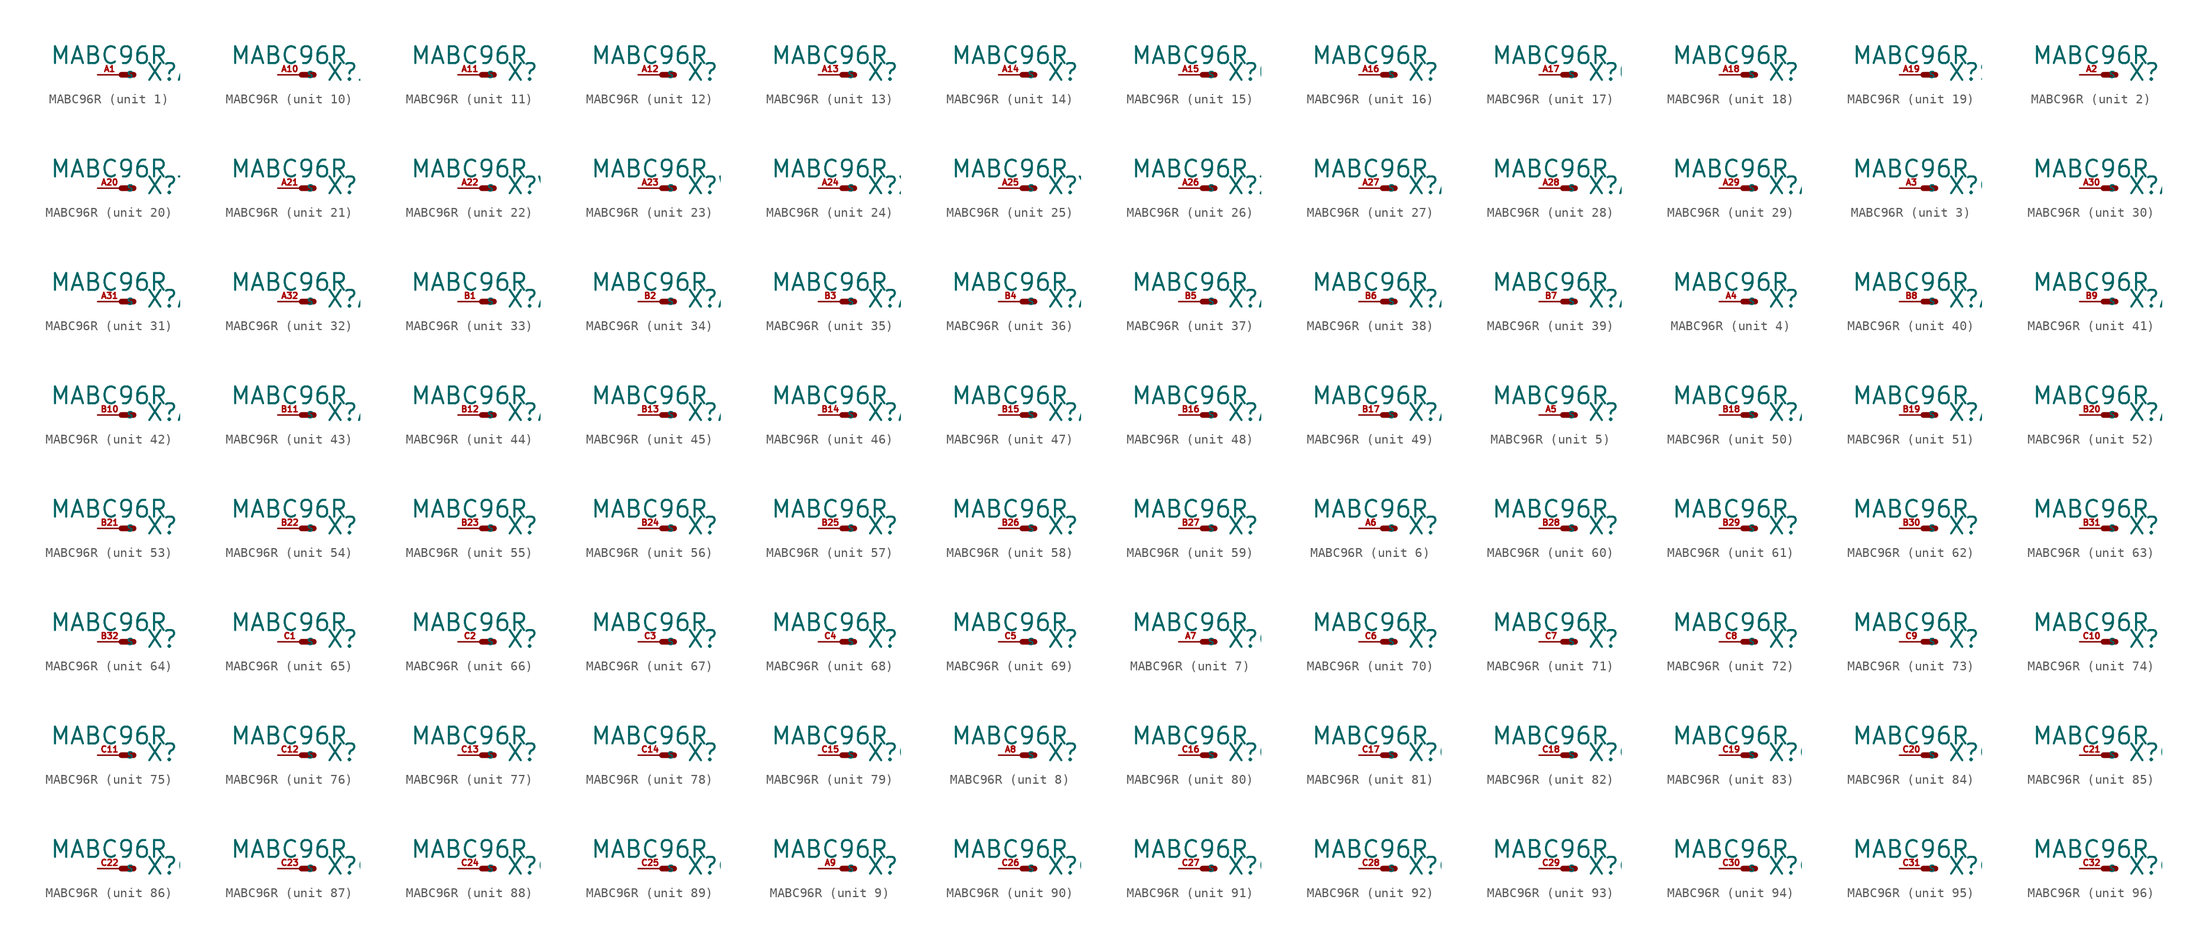
<source format=kicad_sym>
(kicad_symbol_lib
  (version 20220914)
  (generator Eagle2Kicad)
  (symbol "MABC96R"
    (property "Reference" "X"
      (at 2.54 -0.762 0)
      (effects (font (size 1.778 1.778) (thickness 0.22)) (justify left bottom)))
    (property "Value" "MABC96R"
      (at -7.62 1.016 0)
      (effects (font (size 1.778 1.778) (thickness 0.22)) (justify left bottom)))
    (symbol "MABC96R_1_0"
      (polyline (pts (xy 0 0) (xy 1.27 0)) (stroke (width 0.61) (type default)) (fill (type none)))
      (pin passive line (at -2.54 0 0) (length 2.54) (name "S" (effects (font (size 0.635 0.635) (thickness 0.08)) (justify left bottom))) (number "A1" (effects (font (size 0.635 0.635) (thickness 0.08)) (justify left bottom)))))
    (symbol "MABC96R_2_0"
      (polyline (pts (xy 0 0) (xy 1.27 0)) (stroke (width 0.61) (type default)) (fill (type none)))
      (pin passive line (at -2.54 0 0) (length 2.54) (name "S" (effects (font (size 0.635 0.635) (thickness 0.08)) (justify left bottom))) (number "A2" (effects (font (size 0.635 0.635) (thickness 0.08)) (justify left bottom)))))
    (symbol "MABC96R_3_0"
      (polyline (pts (xy 0 0) (xy 1.27 0)) (stroke (width 0.61) (type default)) (fill (type none)))
      (pin passive line (at -2.54 0 0) (length 2.54) (name "S" (effects (font (size 0.635 0.635) (thickness 0.08)) (justify left bottom))) (number "A3" (effects (font (size 0.635 0.635) (thickness 0.08)) (justify left bottom)))))
    (symbol "MABC96R_4_0"
      (polyline (pts (xy 0 0) (xy 1.27 0)) (stroke (width 0.61) (type default)) (fill (type none)))
      (pin passive line (at -2.54 0 0) (length 2.54) (name "S" (effects (font (size 0.635 0.635) (thickness 0.08)) (justify left bottom))) (number "A4" (effects (font (size 0.635 0.635) (thickness 0.08)) (justify left bottom)))))
    (symbol "MABC96R_5_0"
      (polyline (pts (xy 0 0) (xy 1.27 0)) (stroke (width 0.61) (type default)) (fill (type none)))
      (pin passive line (at -2.54 0 0) (length 2.54) (name "S" (effects (font (size 0.635 0.635) (thickness 0.08)) (justify left bottom))) (number "A5" (effects (font (size 0.635 0.635) (thickness 0.08)) (justify left bottom)))))
    (symbol "MABC96R_6_0"
      (polyline (pts (xy 0 0) (xy 1.27 0)) (stroke (width 0.61) (type default)) (fill (type none)))
      (pin passive line (at -2.54 0 0) (length 2.54) (name "S" (effects (font (size 0.635 0.635) (thickness 0.08)) (justify left bottom))) (number "A6" (effects (font (size 0.635 0.635) (thickness 0.08)) (justify left bottom)))))
    (symbol "MABC96R_7_0"
      (polyline (pts (xy 0 0) (xy 1.27 0)) (stroke (width 0.61) (type default)) (fill (type none)))
      (pin passive line (at -2.54 0 0) (length 2.54) (name "S" (effects (font (size 0.635 0.635) (thickness 0.08)) (justify left bottom))) (number "A7" (effects (font (size 0.635 0.635) (thickness 0.08)) (justify left bottom)))))
    (symbol "MABC96R_8_0"
      (polyline (pts (xy 0 0) (xy 1.27 0)) (stroke (width 0.61) (type default)) (fill (type none)))
      (pin passive line (at -2.54 0 0) (length 2.54) (name "S" (effects (font (size 0.635 0.635) (thickness 0.08)) (justify left bottom))) (number "A8" (effects (font (size 0.635 0.635) (thickness 0.08)) (justify left bottom)))))
    (symbol "MABC96R_9_0"
      (polyline (pts (xy 0 0) (xy 1.27 0)) (stroke (width 0.61) (type default)) (fill (type none)))
      (pin passive line (at -2.54 0 0) (length 2.54) (name "S" (effects (font (size 0.635 0.635) (thickness 0.08)) (justify left bottom))) (number "A9" (effects (font (size 0.635 0.635) (thickness 0.08)) (justify left bottom)))))
    (symbol "MABC96R_10_0"
      (polyline (pts (xy 0 0) (xy 1.27 0)) (stroke (width 0.61) (type default)) (fill (type none)))
      (pin passive line (at -2.54 0 0) (length 2.54) (name "S" (effects (font (size 0.635 0.635) (thickness 0.08)) (justify left bottom))) (number "A10" (effects (font (size 0.635 0.635) (thickness 0.08)) (justify left bottom)))))
    (symbol "MABC96R_11_0"
      (polyline (pts (xy 0 0) (xy 1.27 0)) (stroke (width 0.61) (type default)) (fill (type none)))
      (pin passive line (at -2.54 0 0) (length 2.54) (name "S" (effects (font (size 0.635 0.635) (thickness 0.08)) (justify left bottom))) (number "A11" (effects (font (size 0.635 0.635) (thickness 0.08)) (justify left bottom)))))
    (symbol "MABC96R_12_0"
      (polyline (pts (xy 0 0) (xy 1.27 0)) (stroke (width 0.61) (type default)) (fill (type none)))
      (pin passive line (at -2.54 0 0) (length 2.54) (name "S" (effects (font (size 0.635 0.635) (thickness 0.08)) (justify left bottom))) (number "A12" (effects (font (size 0.635 0.635) (thickness 0.08)) (justify left bottom)))))
    (symbol "MABC96R_13_0"
      (polyline (pts (xy 0 0) (xy 1.27 0)) (stroke (width 0.61) (type default)) (fill (type none)))
      (pin passive line (at -2.54 0 0) (length 2.54) (name "S" (effects (font (size 0.635 0.635) (thickness 0.08)) (justify left bottom))) (number "A13" (effects (font (size 0.635 0.635) (thickness 0.08)) (justify left bottom)))))
    (symbol "MABC96R_14_0"
      (polyline (pts (xy 0 0) (xy 1.27 0)) (stroke (width 0.61) (type default)) (fill (type none)))
      (pin passive line (at -2.54 0 0) (length 2.54) (name "S" (effects (font (size 0.635 0.635) (thickness 0.08)) (justify left bottom))) (number "A14" (effects (font (size 0.635 0.635) (thickness 0.08)) (justify left bottom)))))
    (symbol "MABC96R_15_0"
      (polyline (pts (xy 0 0) (xy 1.27 0)) (stroke (width 0.61) (type default)) (fill (type none)))
      (pin passive line (at -2.54 0 0) (length 2.54) (name "S" (effects (font (size 0.635 0.635) (thickness 0.08)) (justify left bottom))) (number "A15" (effects (font (size 0.635 0.635) (thickness 0.08)) (justify left bottom)))))
    (symbol "MABC96R_16_0"
      (polyline (pts (xy 0 0) (xy 1.27 0)) (stroke (width 0.61) (type default)) (fill (type none)))
      (pin passive line (at -2.54 0 0) (length 2.54) (name "S" (effects (font (size 0.635 0.635) (thickness 0.08)) (justify left bottom))) (number "A16" (effects (font (size 0.635 0.635) (thickness 0.08)) (justify left bottom)))))
    (symbol "MABC96R_17_0"
      (polyline (pts (xy 0 0) (xy 1.27 0)) (stroke (width 0.61) (type default)) (fill (type none)))
      (pin passive line (at -2.54 0 0) (length 2.54) (name "S" (effects (font (size 0.635 0.635) (thickness 0.08)) (justify left bottom))) (number "A17" (effects (font (size 0.635 0.635) (thickness 0.08)) (justify left bottom)))))
    (symbol "MABC96R_18_0"
      (polyline (pts (xy 0 0) (xy 1.27 0)) (stroke (width 0.61) (type default)) (fill (type none)))
      (pin passive line (at -2.54 0 0) (length 2.54) (name "S" (effects (font (size 0.635 0.635) (thickness 0.08)) (justify left bottom))) (number "A18" (effects (font (size 0.635 0.635) (thickness 0.08)) (justify left bottom)))))
    (symbol "MABC96R_19_0"
      (polyline (pts (xy 0 0) (xy 1.27 0)) (stroke (width 0.61) (type default)) (fill (type none)))
      (pin passive line (at -2.54 0 0) (length 2.54) (name "S" (effects (font (size 0.635 0.635) (thickness 0.08)) (justify left bottom))) (number "A19" (effects (font (size 0.635 0.635) (thickness 0.08)) (justify left bottom)))))
    (symbol "MABC96R_20_0"
      (polyline (pts (xy 0 0) (xy 1.27 0)) (stroke (width 0.61) (type default)) (fill (type none)))
      (pin passive line (at -2.54 0 0) (length 2.54) (name "S" (effects (font (size 0.635 0.635) (thickness 0.08)) (justify left bottom))) (number "A20" (effects (font (size 0.635 0.635) (thickness 0.08)) (justify left bottom)))))
    (symbol "MABC96R_21_0"
      (polyline (pts (xy 0 0) (xy 1.27 0)) (stroke (width 0.61) (type default)) (fill (type none)))
      (pin passive line (at -2.54 0 0) (length 2.54) (name "S" (effects (font (size 0.635 0.635) (thickness 0.08)) (justify left bottom))) (number "A21" (effects (font (size 0.635 0.635) (thickness 0.08)) (justify left bottom)))))
    (symbol "MABC96R_22_0"
      (polyline (pts (xy 0 0) (xy 1.27 0)) (stroke (width 0.61) (type default)) (fill (type none)))
      (pin passive line (at -2.54 0 0) (length 2.54) (name "S" (effects (font (size 0.635 0.635) (thickness 0.08)) (justify left bottom))) (number "A22" (effects (font (size 0.635 0.635) (thickness 0.08)) (justify left bottom)))))
    (symbol "MABC96R_23_0"
      (polyline (pts (xy 0 0) (xy 1.27 0)) (stroke (width 0.61) (type default)) (fill (type none)))
      (pin passive line (at -2.54 0 0) (length 2.54) (name "S" (effects (font (size 0.635 0.635) (thickness 0.08)) (justify left bottom))) (number "A23" (effects (font (size 0.635 0.635) (thickness 0.08)) (justify left bottom)))))
    (symbol "MABC96R_24_0"
      (polyline (pts (xy 0 0) (xy 1.27 0)) (stroke (width 0.61) (type default)) (fill (type none)))
      (pin passive line (at -2.54 0 0) (length 2.54) (name "S" (effects (font (size 0.635 0.635) (thickness 0.08)) (justify left bottom))) (number "A24" (effects (font (size 0.635 0.635) (thickness 0.08)) (justify left bottom)))))
    (symbol "MABC96R_25_0"
      (polyline (pts (xy 0 0) (xy 1.27 0)) (stroke (width 0.61) (type default)) (fill (type none)))
      (pin passive line (at -2.54 0 0) (length 2.54) (name "S" (effects (font (size 0.635 0.635) (thickness 0.08)) (justify left bottom))) (number "A25" (effects (font (size 0.635 0.635) (thickness 0.08)) (justify left bottom)))))
    (symbol "MABC96R_26_0"
      (polyline (pts (xy 0 0) (xy 1.27 0)) (stroke (width 0.61) (type default)) (fill (type none)))
      (pin passive line (at -2.54 0 0) (length 2.54) (name "S" (effects (font (size 0.635 0.635) (thickness 0.08)) (justify left bottom))) (number "A26" (effects (font (size 0.635 0.635) (thickness 0.08)) (justify left bottom)))))
    (symbol "MABC96R_27_0"
      (polyline (pts (xy 0 0) (xy 1.27 0)) (stroke (width 0.61) (type default)) (fill (type none)))
      (pin passive line (at -2.54 0 0) (length 2.54) (name "S" (effects (font (size 0.635 0.635) (thickness 0.08)) (justify left bottom))) (number "A27" (effects (font (size 0.635 0.635) (thickness 0.08)) (justify left bottom)))))
    (symbol "MABC96R_28_0"
      (polyline (pts (xy 0 0) (xy 1.27 0)) (stroke (width 0.61) (type default)) (fill (type none)))
      (pin passive line (at -2.54 0 0) (length 2.54) (name "S" (effects (font (size 0.635 0.635) (thickness 0.08)) (justify left bottom))) (number "A28" (effects (font (size 0.635 0.635) (thickness 0.08)) (justify left bottom)))))
    (symbol "MABC96R_29_0"
      (polyline (pts (xy 0 0) (xy 1.27 0)) (stroke (width 0.61) (type default)) (fill (type none)))
      (pin passive line (at -2.54 0 0) (length 2.54) (name "S" (effects (font (size 0.635 0.635) (thickness 0.08)) (justify left bottom))) (number "A29" (effects (font (size 0.635 0.635) (thickness 0.08)) (justify left bottom)))))
    (symbol "MABC96R_30_0"
      (polyline (pts (xy 0 0) (xy 1.27 0)) (stroke (width 0.61) (type default)) (fill (type none)))
      (pin passive line (at -2.54 0 0) (length 2.54) (name "S" (effects (font (size 0.635 0.635) (thickness 0.08)) (justify left bottom))) (number "A30" (effects (font (size 0.635 0.635) (thickness 0.08)) (justify left bottom)))))
    (symbol "MABC96R_31_0"
      (polyline (pts (xy 0 0) (xy 1.27 0)) (stroke (width 0.61) (type default)) (fill (type none)))
      (pin passive line (at -2.54 0 0) (length 2.54) (name "S" (effects (font (size 0.635 0.635) (thickness 0.08)) (justify left bottom))) (number "A31" (effects (font (size 0.635 0.635) (thickness 0.08)) (justify left bottom)))))
    (symbol "MABC96R_32_0"
      (polyline (pts (xy 0 0) (xy 1.27 0)) (stroke (width 0.61) (type default)) (fill (type none)))
      (pin passive line (at -2.54 0 0) (length 2.54) (name "S" (effects (font (size 0.635 0.635) (thickness 0.08)) (justify left bottom))) (number "A32" (effects (font (size 0.635 0.635) (thickness 0.08)) (justify left bottom)))))
    (symbol "MABC96R_33_0"
      (polyline (pts (xy 0 0) (xy 1.27 0)) (stroke (width 0.61) (type default)) (fill (type none)))
      (pin passive line (at -2.54 0 0) (length 2.54) (name "S" (effects (font (size 0.635 0.635) (thickness 0.08)) (justify left bottom))) (number "B1" (effects (font (size 0.635 0.635) (thickness 0.08)) (justify left bottom)))))
    (symbol "MABC96R_34_0"
      (polyline (pts (xy 0 0) (xy 1.27 0)) (stroke (width 0.61) (type default)) (fill (type none)))
      (pin passive line (at -2.54 0 0) (length 2.54) (name "S" (effects (font (size 0.635 0.635) (thickness 0.08)) (justify left bottom))) (number "B2" (effects (font (size 0.635 0.635) (thickness 0.08)) (justify left bottom)))))
    (symbol "MABC96R_35_0"
      (polyline (pts (xy 0 0) (xy 1.27 0)) (stroke (width 0.61) (type default)) (fill (type none)))
      (pin passive line (at -2.54 0 0) (length 2.54) (name "S" (effects (font (size 0.635 0.635) (thickness 0.08)) (justify left bottom))) (number "B3" (effects (font (size 0.635 0.635) (thickness 0.08)) (justify left bottom)))))
    (symbol "MABC96R_36_0"
      (polyline (pts (xy 0 0) (xy 1.27 0)) (stroke (width 0.61) (type default)) (fill (type none)))
      (pin passive line (at -2.54 0 0) (length 2.54) (name "S" (effects (font (size 0.635 0.635) (thickness 0.08)) (justify left bottom))) (number "B4" (effects (font (size 0.635 0.635) (thickness 0.08)) (justify left bottom)))))
    (symbol "MABC96R_37_0"
      (polyline (pts (xy 0 0) (xy 1.27 0)) (stroke (width 0.61) (type default)) (fill (type none)))
      (pin passive line (at -2.54 0 0) (length 2.54) (name "S" (effects (font (size 0.635 0.635) (thickness 0.08)) (justify left bottom))) (number "B5" (effects (font (size 0.635 0.635) (thickness 0.08)) (justify left bottom)))))
    (symbol "MABC96R_38_0"
      (polyline (pts (xy 0 0) (xy 1.27 0)) (stroke (width 0.61) (type default)) (fill (type none)))
      (pin passive line (at -2.54 0 0) (length 2.54) (name "S" (effects (font (size 0.635 0.635) (thickness 0.08)) (justify left bottom))) (number "B6" (effects (font (size 0.635 0.635) (thickness 0.08)) (justify left bottom)))))
    (symbol "MABC96R_39_0"
      (polyline (pts (xy 0 0) (xy 1.27 0)) (stroke (width 0.61) (type default)) (fill (type none)))
      (pin passive line (at -2.54 0 0) (length 2.54) (name "S" (effects (font (size 0.635 0.635) (thickness 0.08)) (justify left bottom))) (number "B7" (effects (font (size 0.635 0.635) (thickness 0.08)) (justify left bottom)))))
    (symbol "MABC96R_40_0"
      (polyline (pts (xy 0 0) (xy 1.27 0)) (stroke (width 0.61) (type default)) (fill (type none)))
      (pin passive line (at -2.54 0 0) (length 2.54) (name "S" (effects (font (size 0.635 0.635) (thickness 0.08)) (justify left bottom))) (number "B8" (effects (font (size 0.635 0.635) (thickness 0.08)) (justify left bottom)))))
    (symbol "MABC96R_41_0"
      (polyline (pts (xy 0 0) (xy 1.27 0)) (stroke (width 0.61) (type default)) (fill (type none)))
      (pin passive line (at -2.54 0 0) (length 2.54) (name "S" (effects (font (size 0.635 0.635) (thickness 0.08)) (justify left bottom))) (number "B9" (effects (font (size 0.635 0.635) (thickness 0.08)) (justify left bottom)))))
    (symbol "MABC96R_42_0"
      (polyline (pts (xy 0 0) (xy 1.27 0)) (stroke (width 0.61) (type default)) (fill (type none)))
      (pin passive line (at -2.54 0 0) (length 2.54) (name "S" (effects (font (size 0.635 0.635) (thickness 0.08)) (justify left bottom))) (number "B10" (effects (font (size 0.635 0.635) (thickness 0.08)) (justify left bottom)))))
    (symbol "MABC96R_43_0"
      (polyline (pts (xy 0 0) (xy 1.27 0)) (stroke (width 0.61) (type default)) (fill (type none)))
      (pin passive line (at -2.54 0 0) (length 2.54) (name "S" (effects (font (size 0.635 0.635) (thickness 0.08)) (justify left bottom))) (number "B11" (effects (font (size 0.635 0.635) (thickness 0.08)) (justify left bottom)))))
    (symbol "MABC96R_44_0"
      (polyline (pts (xy 0 0) (xy 1.27 0)) (stroke (width 0.61) (type default)) (fill (type none)))
      (pin passive line (at -2.54 0 0) (length 2.54) (name "S" (effects (font (size 0.635 0.635) (thickness 0.08)) (justify left bottom))) (number "B12" (effects (font (size 0.635 0.635) (thickness 0.08)) (justify left bottom)))))
    (symbol "MABC96R_45_0"
      (polyline (pts (xy 0 0) (xy 1.27 0)) (stroke (width 0.61) (type default)) (fill (type none)))
      (pin passive line (at -2.54 0 0) (length 2.54) (name "S" (effects (font (size 0.635 0.635) (thickness 0.08)) (justify left bottom))) (number "B13" (effects (font (size 0.635 0.635) (thickness 0.08)) (justify left bottom)))))
    (symbol "MABC96R_46_0"
      (polyline (pts (xy 0 0) (xy 1.27 0)) (stroke (width 0.61) (type default)) (fill (type none)))
      (pin passive line (at -2.54 0 0) (length 2.54) (name "S" (effects (font (size 0.635 0.635) (thickness 0.08)) (justify left bottom))) (number "B14" (effects (font (size 0.635 0.635) (thickness 0.08)) (justify left bottom)))))
    (symbol "MABC96R_47_0"
      (polyline (pts (xy 0 0) (xy 1.27 0)) (stroke (width 0.61) (type default)) (fill (type none)))
      (pin passive line (at -2.54 0 0) (length 2.54) (name "S" (effects (font (size 0.635 0.635) (thickness 0.08)) (justify left bottom))) (number "B15" (effects (font (size 0.635 0.635) (thickness 0.08)) (justify left bottom)))))
    (symbol "MABC96R_48_0"
      (polyline (pts (xy 0 0) (xy 1.27 0)) (stroke (width 0.61) (type default)) (fill (type none)))
      (pin passive line (at -2.54 0 0) (length 2.54) (name "S" (effects (font (size 0.635 0.635) (thickness 0.08)) (justify left bottom))) (number "B16" (effects (font (size 0.635 0.635) (thickness 0.08)) (justify left bottom)))))
    (symbol "MABC96R_49_0"
      (polyline (pts (xy 0 0) (xy 1.27 0)) (stroke (width 0.61) (type default)) (fill (type none)))
      (pin passive line (at -2.54 0 0) (length 2.54) (name "S" (effects (font (size 0.635 0.635) (thickness 0.08)) (justify left bottom))) (number "B17" (effects (font (size 0.635 0.635) (thickness 0.08)) (justify left bottom)))))
    (symbol "MABC96R_50_0"
      (polyline (pts (xy 0 0) (xy 1.27 0)) (stroke (width 0.61) (type default)) (fill (type none)))
      (pin passive line (at -2.54 0 0) (length 2.54) (name "S" (effects (font (size 0.635 0.635) (thickness 0.08)) (justify left bottom))) (number "B18" (effects (font (size 0.635 0.635) (thickness 0.08)) (justify left bottom)))))
    (symbol "MABC96R_51_0"
      (polyline (pts (xy 0 0) (xy 1.27 0)) (stroke (width 0.61) (type default)) (fill (type none)))
      (pin passive line (at -2.54 0 0) (length 2.54) (name "S" (effects (font (size 0.635 0.635) (thickness 0.08)) (justify left bottom))) (number "B19" (effects (font (size 0.635 0.635) (thickness 0.08)) (justify left bottom)))))
    (symbol "MABC96R_52_0"
      (polyline (pts (xy 0 0) (xy 1.27 0)) (stroke (width 0.61) (type default)) (fill (type none)))
      (pin passive line (at -2.54 0 0) (length 2.54) (name "S" (effects (font (size 0.635 0.635) (thickness 0.08)) (justify left bottom))) (number "B20" (effects (font (size 0.635 0.635) (thickness 0.08)) (justify left bottom)))))
    (symbol "MABC96R_53_0"
      (polyline (pts (xy 0 0) (xy 1.27 0)) (stroke (width 0.61) (type default)) (fill (type none)))
      (pin passive line (at -2.54 0 0) (length 2.54) (name "S" (effects (font (size 0.635 0.635) (thickness 0.08)) (justify left bottom))) (number "B21" (effects (font (size 0.635 0.635) (thickness 0.08)) (justify left bottom)))))
    (symbol "MABC96R_54_0"
      (polyline (pts (xy 0 0) (xy 1.27 0)) (stroke (width 0.61) (type default)) (fill (type none)))
      (pin passive line (at -2.54 0 0) (length 2.54) (name "S" (effects (font (size 0.635 0.635) (thickness 0.08)) (justify left bottom))) (number "B22" (effects (font (size 0.635 0.635) (thickness 0.08)) (justify left bottom)))))
    (symbol "MABC96R_55_0"
      (polyline (pts (xy 0 0) (xy 1.27 0)) (stroke (width 0.61) (type default)) (fill (type none)))
      (pin passive line (at -2.54 0 0) (length 2.54) (name "S" (effects (font (size 0.635 0.635) (thickness 0.08)) (justify left bottom))) (number "B23" (effects (font (size 0.635 0.635) (thickness 0.08)) (justify left bottom)))))
    (symbol "MABC96R_56_0"
      (polyline (pts (xy 0 0) (xy 1.27 0)) (stroke (width 0.61) (type default)) (fill (type none)))
      (pin passive line (at -2.54 0 0) (length 2.54) (name "S" (effects (font (size 0.635 0.635) (thickness 0.08)) (justify left bottom))) (number "B24" (effects (font (size 0.635 0.635) (thickness 0.08)) (justify left bottom)))))
    (symbol "MABC96R_57_0"
      (polyline (pts (xy 0 0) (xy 1.27 0)) (stroke (width 0.61) (type default)) (fill (type none)))
      (pin passive line (at -2.54 0 0) (length 2.54) (name "S" (effects (font (size 0.635 0.635) (thickness 0.08)) (justify left bottom))) (number "B25" (effects (font (size 0.635 0.635) (thickness 0.08)) (justify left bottom)))))
    (symbol "MABC96R_58_0"
      (polyline (pts (xy 0 0) (xy 1.27 0)) (stroke (width 0.61) (type default)) (fill (type none)))
      (pin passive line (at -2.54 0 0) (length 2.54) (name "S" (effects (font (size 0.635 0.635) (thickness 0.08)) (justify left bottom))) (number "B26" (effects (font (size 0.635 0.635) (thickness 0.08)) (justify left bottom)))))
    (symbol "MABC96R_59_0"
      (polyline (pts (xy 0 0) (xy 1.27 0)) (stroke (width 0.61) (type default)) (fill (type none)))
      (pin passive line (at -2.54 0 0) (length 2.54) (name "S" (effects (font (size 0.635 0.635) (thickness 0.08)) (justify left bottom))) (number "B27" (effects (font (size 0.635 0.635) (thickness 0.08)) (justify left bottom)))))
    (symbol "MABC96R_60_0"
      (polyline (pts (xy 0 0) (xy 1.27 0)) (stroke (width 0.61) (type default)) (fill (type none)))
      (pin passive line (at -2.54 0 0) (length 2.54) (name "S" (effects (font (size 0.635 0.635) (thickness 0.08)) (justify left bottom))) (number "B28" (effects (font (size 0.635 0.635) (thickness 0.08)) (justify left bottom)))))
    (symbol "MABC96R_61_0"
      (polyline (pts (xy 0 0) (xy 1.27 0)) (stroke (width 0.61) (type default)) (fill (type none)))
      (pin passive line (at -2.54 0 0) (length 2.54) (name "S" (effects (font (size 0.635 0.635) (thickness 0.08)) (justify left bottom))) (number "B29" (effects (font (size 0.635 0.635) (thickness 0.08)) (justify left bottom)))))
    (symbol "MABC96R_62_0"
      (polyline (pts (xy 0 0) (xy 1.27 0)) (stroke (width 0.61) (type default)) (fill (type none)))
      (pin passive line (at -2.54 0 0) (length 2.54) (name "S" (effects (font (size 0.635 0.635) (thickness 0.08)) (justify left bottom))) (number "B30" (effects (font (size 0.635 0.635) (thickness 0.08)) (justify left bottom)))))
    (symbol "MABC96R_63_0"
      (polyline (pts (xy 0 0) (xy 1.27 0)) (stroke (width 0.61) (type default)) (fill (type none)))
      (pin passive line (at -2.54 0 0) (length 2.54) (name "S" (effects (font (size 0.635 0.635) (thickness 0.08)) (justify left bottom))) (number "B31" (effects (font (size 0.635 0.635) (thickness 0.08)) (justify left bottom)))))
    (symbol "MABC96R_64_0"
      (polyline (pts (xy 0 0) (xy 1.27 0)) (stroke (width 0.61) (type default)) (fill (type none)))
      (pin passive line (at -2.54 0 0) (length 2.54) (name "S" (effects (font (size 0.635 0.635) (thickness 0.08)) (justify left bottom))) (number "B32" (effects (font (size 0.635 0.635) (thickness 0.08)) (justify left bottom)))))
    (symbol "MABC96R_65_0"
      (polyline (pts (xy 0 0) (xy 1.27 0)) (stroke (width 0.61) (type default)) (fill (type none)))
      (pin passive line (at -2.54 0 0) (length 2.54) (name "S" (effects (font (size 0.635 0.635) (thickness 0.08)) (justify left bottom))) (number "C1" (effects (font (size 0.635 0.635) (thickness 0.08)) (justify left bottom)))))
    (symbol "MABC96R_66_0"
      (polyline (pts (xy 0 0) (xy 1.27 0)) (stroke (width 0.61) (type default)) (fill (type none)))
      (pin passive line (at -2.54 0 0) (length 2.54) (name "S" (effects (font (size 0.635 0.635) (thickness 0.08)) (justify left bottom))) (number "C2" (effects (font (size 0.635 0.635) (thickness 0.08)) (justify left bottom)))))
    (symbol "MABC96R_67_0"
      (polyline (pts (xy 0 0) (xy 1.27 0)) (stroke (width 0.61) (type default)) (fill (type none)))
      (pin passive line (at -2.54 0 0) (length 2.54) (name "S" (effects (font (size 0.635 0.635) (thickness 0.08)) (justify left bottom))) (number "C3" (effects (font (size 0.635 0.635) (thickness 0.08)) (justify left bottom)))))
    (symbol "MABC96R_68_0"
      (polyline (pts (xy 0 0) (xy 1.27 0)) (stroke (width 0.61) (type default)) (fill (type none)))
      (pin passive line (at -2.54 0 0) (length 2.54) (name "S" (effects (font (size 0.635 0.635) (thickness 0.08)) (justify left bottom))) (number "C4" (effects (font (size 0.635 0.635) (thickness 0.08)) (justify left bottom)))))
    (symbol "MABC96R_69_0"
      (polyline (pts (xy 0 0) (xy 1.27 0)) (stroke (width 0.61) (type default)) (fill (type none)))
      (pin passive line (at -2.54 0 0) (length 2.54) (name "S" (effects (font (size 0.635 0.635) (thickness 0.08)) (justify left bottom))) (number "C5" (effects (font (size 0.635 0.635) (thickness 0.08)) (justify left bottom)))))
    (symbol "MABC96R_70_0"
      (polyline (pts (xy 0 0) (xy 1.27 0)) (stroke (width 0.61) (type default)) (fill (type none)))
      (pin passive line (at -2.54 0 0) (length 2.54) (name "S" (effects (font (size 0.635 0.635) (thickness 0.08)) (justify left bottom))) (number "C6" (effects (font (size 0.635 0.635) (thickness 0.08)) (justify left bottom)))))
    (symbol "MABC96R_71_0"
      (polyline (pts (xy 0 0) (xy 1.27 0)) (stroke (width 0.61) (type default)) (fill (type none)))
      (pin passive line (at -2.54 0 0) (length 2.54) (name "S" (effects (font (size 0.635 0.635) (thickness 0.08)) (justify left bottom))) (number "C7" (effects (font (size 0.635 0.635) (thickness 0.08)) (justify left bottom)))))
    (symbol "MABC96R_72_0"
      (polyline (pts (xy 0 0) (xy 1.27 0)) (stroke (width 0.61) (type default)) (fill (type none)))
      (pin passive line (at -2.54 0 0) (length 2.54) (name "S" (effects (font (size 0.635 0.635) (thickness 0.08)) (justify left bottom))) (number "C8" (effects (font (size 0.635 0.635) (thickness 0.08)) (justify left bottom)))))
    (symbol "MABC96R_73_0"
      (polyline (pts (xy 0 0) (xy 1.27 0)) (stroke (width 0.61) (type default)) (fill (type none)))
      (pin passive line (at -2.54 0 0) (length 2.54) (name "S" (effects (font (size 0.635 0.635) (thickness 0.08)) (justify left bottom))) (number "C9" (effects (font (size 0.635 0.635) (thickness 0.08)) (justify left bottom)))))
    (symbol "MABC96R_74_0"
      (polyline (pts (xy 0 0) (xy 1.27 0)) (stroke (width 0.61) (type default)) (fill (type none)))
      (pin passive line (at -2.54 0 0) (length 2.54) (name "S" (effects (font (size 0.635 0.635) (thickness 0.08)) (justify left bottom))) (number "C10" (effects (font (size 0.635 0.635) (thickness 0.08)) (justify left bottom)))))
    (symbol "MABC96R_75_0"
      (polyline (pts (xy 0 0) (xy 1.27 0)) (stroke (width 0.61) (type default)) (fill (type none)))
      (pin passive line (at -2.54 0 0) (length 2.54) (name "S" (effects (font (size 0.635 0.635) (thickness 0.08)) (justify left bottom))) (number "C11" (effects (font (size 0.635 0.635) (thickness 0.08)) (justify left bottom)))))
    (symbol "MABC96R_76_0"
      (polyline (pts (xy 0 0) (xy 1.27 0)) (stroke (width 0.61) (type default)) (fill (type none)))
      (pin passive line (at -2.54 0 0) (length 2.54) (name "S" (effects (font (size 0.635 0.635) (thickness 0.08)) (justify left bottom))) (number "C12" (effects (font (size 0.635 0.635) (thickness 0.08)) (justify left bottom)))))
    (symbol "MABC96R_77_0"
      (polyline (pts (xy 0 0) (xy 1.27 0)) (stroke (width 0.61) (type default)) (fill (type none)))
      (pin passive line (at -2.54 0 0) (length 2.54) (name "S" (effects (font (size 0.635 0.635) (thickness 0.08)) (justify left bottom))) (number "C13" (effects (font (size 0.635 0.635) (thickness 0.08)) (justify left bottom)))))
    (symbol "MABC96R_78_0"
      (polyline (pts (xy 0 0) (xy 1.27 0)) (stroke (width 0.61) (type default)) (fill (type none)))
      (pin passive line (at -2.54 0 0) (length 2.54) (name "S" (effects (font (size 0.635 0.635) (thickness 0.08)) (justify left bottom))) (number "C14" (effects (font (size 0.635 0.635) (thickness 0.08)) (justify left bottom)))))
    (symbol "MABC96R_79_0"
      (polyline (pts (xy 0 0) (xy 1.27 0)) (stroke (width 0.61) (type default)) (fill (type none)))
      (pin passive line (at -2.54 0 0) (length 2.54) (name "S" (effects (font (size 0.635 0.635) (thickness 0.08)) (justify left bottom))) (number "C15" (effects (font (size 0.635 0.635) (thickness 0.08)) (justify left bottom)))))
    (symbol "MABC96R_80_0"
      (polyline (pts (xy 0 0) (xy 1.27 0)) (stroke (width 0.61) (type default)) (fill (type none)))
      (pin passive line (at -2.54 0 0) (length 2.54) (name "S" (effects (font (size 0.635 0.635) (thickness 0.08)) (justify left bottom))) (number "C16" (effects (font (size 0.635 0.635) (thickness 0.08)) (justify left bottom)))))
    (symbol "MABC96R_81_0"
      (polyline (pts (xy 0 0) (xy 1.27 0)) (stroke (width 0.61) (type default)) (fill (type none)))
      (pin passive line (at -2.54 0 0) (length 2.54) (name "S" (effects (font (size 0.635 0.635) (thickness 0.08)) (justify left bottom))) (number "C17" (effects (font (size 0.635 0.635) (thickness 0.08)) (justify left bottom)))))
    (symbol "MABC96R_82_0"
      (polyline (pts (xy 0 0) (xy 1.27 0)) (stroke (width 0.61) (type default)) (fill (type none)))
      (pin passive line (at -2.54 0 0) (length 2.54) (name "S" (effects (font (size 0.635 0.635) (thickness 0.08)) (justify left bottom))) (number "C18" (effects (font (size 0.635 0.635) (thickness 0.08)) (justify left bottom)))))
    (symbol "MABC96R_83_0"
      (polyline (pts (xy 0 0) (xy 1.27 0)) (stroke (width 0.61) (type default)) (fill (type none)))
      (pin passive line (at -2.54 0 0) (length 2.54) (name "S" (effects (font (size 0.635 0.635) (thickness 0.08)) (justify left bottom))) (number "C19" (effects (font (size 0.635 0.635) (thickness 0.08)) (justify left bottom)))))
    (symbol "MABC96R_84_0"
      (polyline (pts (xy 0 0) (xy 1.27 0)) (stroke (width 0.61) (type default)) (fill (type none)))
      (pin passive line (at -2.54 0 0) (length 2.54) (name "S" (effects (font (size 0.635 0.635) (thickness 0.08)) (justify left bottom))) (number "C20" (effects (font (size 0.635 0.635) (thickness 0.08)) (justify left bottom)))))
    (symbol "MABC96R_85_0"
      (polyline (pts (xy 0 0) (xy 1.27 0)) (stroke (width 0.61) (type default)) (fill (type none)))
      (pin passive line (at -2.54 0 0) (length 2.54) (name "S" (effects (font (size 0.635 0.635) (thickness 0.08)) (justify left bottom))) (number "C21" (effects (font (size 0.635 0.635) (thickness 0.08)) (justify left bottom)))))
    (symbol "MABC96R_86_0"
      (polyline (pts (xy 0 0) (xy 1.27 0)) (stroke (width 0.61) (type default)) (fill (type none)))
      (pin passive line (at -2.54 0 0) (length 2.54) (name "S" (effects (font (size 0.635 0.635) (thickness 0.08)) (justify left bottom))) (number "C22" (effects (font (size 0.635 0.635) (thickness 0.08)) (justify left bottom)))))
    (symbol "MABC96R_87_0"
      (polyline (pts (xy 0 0) (xy 1.27 0)) (stroke (width 0.61) (type default)) (fill (type none)))
      (pin passive line (at -2.54 0 0) (length 2.54) (name "S" (effects (font (size 0.635 0.635) (thickness 0.08)) (justify left bottom))) (number "C23" (effects (font (size 0.635 0.635) (thickness 0.08)) (justify left bottom)))))
    (symbol "MABC96R_88_0"
      (polyline (pts (xy 0 0) (xy 1.27 0)) (stroke (width 0.61) (type default)) (fill (type none)))
      (pin passive line (at -2.54 0 0) (length 2.54) (name "S" (effects (font (size 0.635 0.635) (thickness 0.08)) (justify left bottom))) (number "C24" (effects (font (size 0.635 0.635) (thickness 0.08)) (justify left bottom)))))
    (symbol "MABC96R_89_0"
      (polyline (pts (xy 0 0) (xy 1.27 0)) (stroke (width 0.61) (type default)) (fill (type none)))
      (pin passive line (at -2.54 0 0) (length 2.54) (name "S" (effects (font (size 0.635 0.635) (thickness 0.08)) (justify left bottom))) (number "C25" (effects (font (size 0.635 0.635) (thickness 0.08)) (justify left bottom)))))
    (symbol "MABC96R_90_0"
      (polyline (pts (xy 0 0) (xy 1.27 0)) (stroke (width 0.61) (type default)) (fill (type none)))
      (pin passive line (at -2.54 0 0) (length 2.54) (name "S" (effects (font (size 0.635 0.635) (thickness 0.08)) (justify left bottom))) (number "C26" (effects (font (size 0.635 0.635) (thickness 0.08)) (justify left bottom)))))
    (symbol "MABC96R_91_0"
      (polyline (pts (xy 0 0) (xy 1.27 0)) (stroke (width 0.61) (type default)) (fill (type none)))
      (pin passive line (at -2.54 0 0) (length 2.54) (name "S" (effects (font (size 0.635 0.635) (thickness 0.08)) (justify left bottom))) (number "C27" (effects (font (size 0.635 0.635) (thickness 0.08)) (justify left bottom)))))
    (symbol "MABC96R_92_0"
      (polyline (pts (xy 0 0) (xy 1.27 0)) (stroke (width 0.61) (type default)) (fill (type none)))
      (pin passive line (at -2.54 0 0) (length 2.54) (name "S" (effects (font (size 0.635 0.635) (thickness 0.08)) (justify left bottom))) (number "C28" (effects (font (size 0.635 0.635) (thickness 0.08)) (justify left bottom)))))
    (symbol "MABC96R_93_0"
      (polyline (pts (xy 0 0) (xy 1.27 0)) (stroke (width 0.61) (type default)) (fill (type none)))
      (pin passive line (at -2.54 0 0) (length 2.54) (name "S" (effects (font (size 0.635 0.635) (thickness 0.08)) (justify left bottom))) (number "C29" (effects (font (size 0.635 0.635) (thickness 0.08)) (justify left bottom)))))
    (symbol "MABC96R_94_0"
      (polyline (pts (xy 0 0) (xy 1.27 0)) (stroke (width 0.61) (type default)) (fill (type none)))
      (pin passive line (at -2.54 0 0) (length 2.54) (name "S" (effects (font (size 0.635 0.635) (thickness 0.08)) (justify left bottom))) (number "C30" (effects (font (size 0.635 0.635) (thickness 0.08)) (justify left bottom)))))
    (symbol "MABC96R_95_0"
      (polyline (pts (xy 0 0) (xy 1.27 0)) (stroke (width 0.61) (type default)) (fill (type none)))
      (pin passive line (at -2.54 0 0) (length 2.54) (name "S" (effects (font (size 0.635 0.635) (thickness 0.08)) (justify left bottom))) (number "C31" (effects (font (size 0.635 0.635) (thickness 0.08)) (justify left bottom)))))
    (symbol "MABC96R_96_0"
      (polyline (pts (xy 0 0) (xy 1.27 0)) (stroke (width 0.61) (type default)) (fill (type none)))
      (pin passive line (at -2.54 0 0) (length 2.54) (name "S" (effects (font (size 0.635 0.635) (thickness 0.08)) (justify left bottom))) (number "C32" (effects (font (size 0.635 0.635) (thickness 0.08)) (justify left bottom)))))))
</source>
